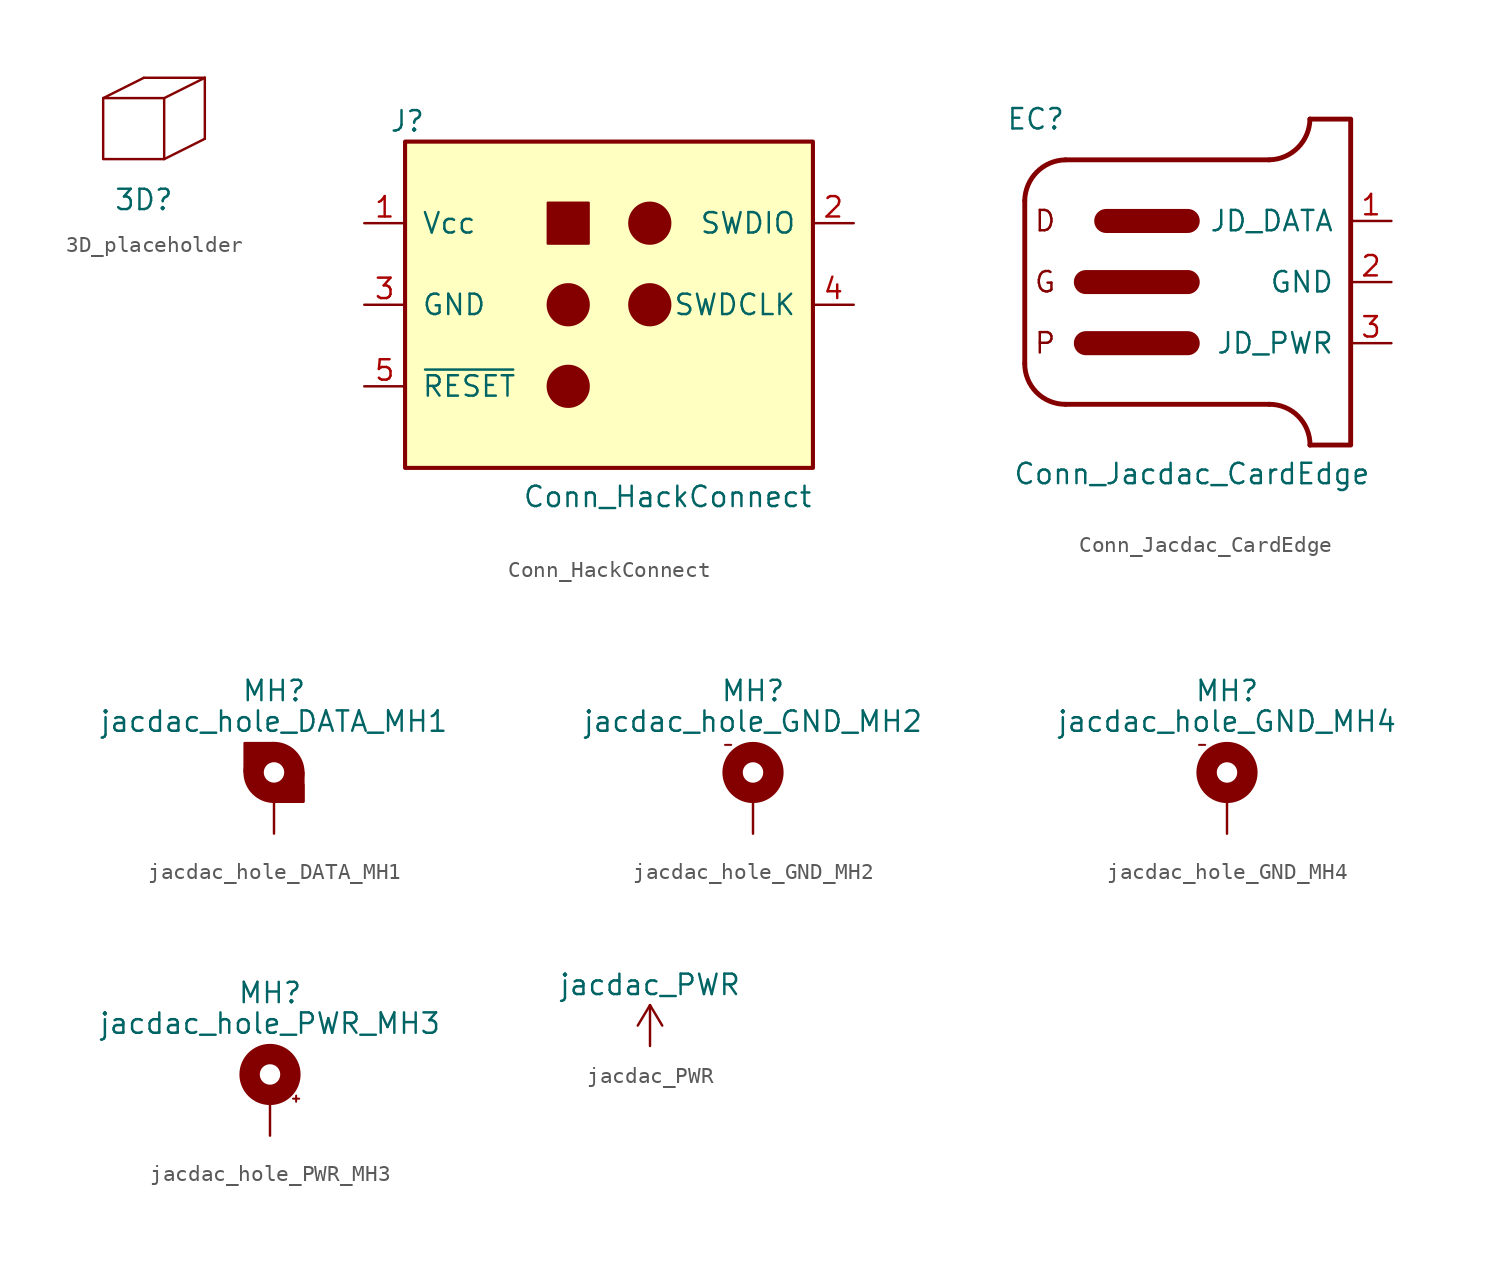
<source format=kicad_sym>
(kicad_symbol_lib
  (version 20231120)
  (generator "kicad_symbol_editor")
  (generator_version "8.0")
  (symbol "3D_placeholder"
    (pin_numbers hide)
    (pin_names
      (offset 0) hide)
    (property "Reference" "3D"
      (at 0 0 0)
      (effects (font (size 1.27 1.27))))
    (property "Value" ""
      (at 0 0 0)
      (effects (font (size 1.27 1.27))))
    (symbol "3D_placeholder_0_1"
      (polyline (pts (xy -2.54 6.35) (xy 0 7.62)) (stroke (width 0) (type default)) (fill (type none)))
      (polyline (pts (xy 0 7.62) (xy 3.81 7.62)) (stroke (width 0) (type default)) (fill (type none)))
      (polyline (pts (xy 1.27 2.54) (xy 3.81 3.81)) (stroke (width 0) (type default)) (fill (type none)))
      (polyline (pts (xy 1.27 6.35) (xy 3.81 7.62)) (stroke (width 0) (type default)) (fill (type none)))
      (polyline (pts (xy 3.81 7.62) (xy 3.81 3.81)) (stroke (width 0) (type default)) (fill (type none)))
      (polyline (pts (xy -2.54 2.54) (xy 1.27 2.54) (xy 1.27 6.35) (xy -2.54 6.35) (xy -2.54 2.54)) (stroke (width 0) (type default)) (fill (type none)))))
  (symbol "Conn_HackConnect"
    (pin_names
      (offset 1.016))
    (property "Reference" "J"
      (at -10.16 10.16 0)
      (effects (font (size 1.27 1.27)) (justify right)))
    (property "Value" "Conn_HackConnect"
      (at 13.97 -13.97 0)
      (effects (font (size 1.27 1.27)) (justify right bottom)))
    (symbol "Conn_HackConnect_0_1"
      (rectangle (start -11.43 8.89) (end 13.97 -11.43) (stroke (width 0.254) (type solid)) (fill (type background)))
      (rectangle (start -2.54 5.08) (end 0 2.54) (stroke (width 0) (type solid)) (fill (type outline)))
      (circle (center -1.27 -1.27) (radius 1.27) (stroke (width 0) (type solid)) (fill (type outline))))
    (symbol "Conn_HackConnect_1_1"
      (circle (center -1.27 -6.35) (radius 1.27) (stroke (width 0) (type solid)) (fill (type outline)))
      (circle (center 3.81 -1.27) (radius 1.27) (stroke (width 0) (type solid)) (fill (type outline)))
      (circle (center 3.81 3.81) (radius 1.27) (stroke (width 0) (type solid)) (fill (type outline)))
      (pin power_in line (at -13.97 3.81 0) (length 2.54) (name "Vcc" (effects (font (size 1.27 1.27)))) (number "1" (effects (font (size 1.27 1.27)))))
      (pin bidirectional line (at 16.51 3.81 180) (length 2.54) (name "SWDIO" (effects (font (size 1.27 1.27)))) (number "2" (effects (font (size 1.27 1.27)))))
      (pin power_in line (at -13.97 -1.27 0) (length 2.54) (name "GND" (effects (font (size 1.27 1.27)))) (number "3" (effects (font (size 1.27 1.27)))))
      (pin output line (at 16.51 -1.27 180) (length 2.54) (name "SWDCLK" (effects (font (size 1.27 1.27)))) (number "4" (effects (font (size 1.27 1.27)))))
      (pin output line (at -13.97 -6.35 0) (length 2.54) (name "~{RESET}" (effects (font (size 1.27 1.27)))) (number "5" (effects (font (size 1.27 1.27)))))))
  (symbol "Conn_Jacdac_CardEdge"
    (pin_names
      (offset 1.016))
    (property "Reference" "EC"
      (at -8.89 10.16 0)
      (effects (font (size 1.27 1.27)) (justify right)))
    (property "Value" "Conn_Jacdac_CardEdge"
      (at 10.16 -12.7 0)
      (effects (font (size 1.27 1.27)) (justify right bottom)))
    (symbol "Conn_Jacdac_CardEdge_0_0"
      (text "D" (at -10.16 3.81 0) (effects (font (size 1.27 1.27))))
      (text "G" (at -10.16 0 0) (effects (font (size 1.27 1.27))))
      (text "P" (at -10.16 -3.81 0) (effects (font (size 1.27 1.27)))))
    (symbol "Conn_Jacdac_CardEdge_0_1"
      (arc (start -11.43 -5.08) (mid -10.6877 -6.8849) (end -8.89 -7.62) (stroke (width 0.3048) (type solid)) (fill (type none)))
      (arc (start -8.89 7.62) (mid -10.6697 6.8671) (end -11.43 5.08) (stroke (width 0.3048) (type solid)) (fill (type none)))
      (rectangle (start -7.62 -3.81) (end -1.27 -3.81) (stroke (width 1.499) (type solid)) (fill (type none)))
      (rectangle (start -7.62 0) (end -1.27 0) (stroke (width 1.499) (type solid)) (fill (type none)))
      (rectangle (start -6.35 3.81) (end -1.27 3.81) (stroke (width 1.499) (type solid)) (fill (type none)))
      (polyline (pts (xy -11.43 5.08) (xy -11.43 -5.08)) (stroke (width 0.305) (type solid)) (fill (type none)))
      (polyline (pts (xy -8.89 -7.62) (xy 3.81 -7.62)) (stroke (width 0.305) (type solid)) (fill (type none)))
      (polyline (pts (xy -8.89 7.62) (xy 3.81 7.62)) (stroke (width 0.305) (type solid)) (fill (type none)))
      (polyline (pts (xy 6.35 10.16) (xy 8.89 10.16) (xy 8.89 -10.16) (xy 6.35 -10.16)) (stroke (width 0.305) (type solid)) (fill (type none)))
      (arc (start 3.81 7.62) (mid 5.5897 8.3729) (end 6.35 10.16) (stroke (width 0.3048) (type solid)) (fill (type none)))
      (arc (start 6.35 -10.16) (mid 5.6077 -8.3551) (end 3.81 -7.62) (stroke (width 0.3048) (type solid)) (fill (type none))))
    (symbol "Conn_Jacdac_CardEdge_1_1"
      (pin bidirectional line (at 11.43 3.81 180) (length 2.54) (name "JD_DATA" (effects (font (size 1.27 1.27)))) (number "1" (effects (font (size 1.27 1.27)))))
      (pin power_in line (at 11.43 0 180) (length 2.54) (name "GND" (effects (font (size 1.27 1.27)))) (number "2" (effects (font (size 1.27 1.27)))))
      (pin power_out line (at 11.43 -3.81 180) (length 2.54) (name "JD_PWR" (effects (font (size 1.27 1.27)))) (number "3" (effects (font (size 1.27 1.27)))))))
  (symbol "jacdac_hole_DATA_MH1"
    (pin_numbers hide)
    (pin_names
      (offset 1.016) hide)
    (property "Reference" "MH"
      (at 0 6.35 0)
      (effects (font (size 1.27 1.27))))
    (property "Value" "jacdac_hole_DATA_MH1"
      (at 0 4.445 0)
      (effects (font (size 1.27 1.27))))
    (symbol "jacdac_hole_DATA_MH1_0_1"
      (rectangle (start -1.778 3.073) (end -0.61 2.057) (stroke (width 0) (type default)) (fill (type outline)))
      (polyline (pts (xy -1.829 1.295) (xy -1.829 3.099) (xy -0.025 3.099) (xy -1.753 1.27)) (stroke (width 0) (type default)) (fill (type none)))
      (polyline (pts (xy -0.025 -0.559) (xy 1.829 -0.559) (xy 1.829 1.27) (xy 0 -0.533)) (stroke (width 0) (type default)) (fill (type none)))
      (circle (center 0 1.27) (radius 1.27) (stroke (width 1.27) (type default)) (fill (type none)))
      (rectangle (start 0.457 0.508) (end 1.829 -0.533) (stroke (width 0) (type default)) (fill (type outline))))
    (symbol "jacdac_hole_DATA_MH1_1_1"
      (pin input line (at 0 -2.54 90) (length 2.54) (name "MH1" (effects (font (size 1.27 1.27)))) (number "MH1" (effects (font (size 1.27 1.27)))))))
  (symbol "jacdac_hole_GND_MH2"
    (pin_numbers hide)
    (pin_names
      (offset 1.016) hide)
    (property "Reference" "MH"
      (at 0 6.35 0)
      (effects (font (size 1.27 1.27))))
    (property "Value" "jacdac_hole_GND_MH2"
      (at 0 4.445 0)
      (effects (font (size 1.27 1.27))))
    (symbol "jacdac_hole_GND_MH2_0_0"
      (text "-" (at -1.549 3.023 0) (effects (font (size 0.5 0.5)))))
    (symbol "jacdac_hole_GND_MH2_0_1"
      (circle (center 0 1.27) (radius 1.27) (stroke (width 1.27) (type default)) (fill (type none))))
    (symbol "jacdac_hole_GND_MH2_1_1"
      (pin input line (at 0 -2.54 90) (length 2.54) (name "MH2" (effects (font (size 1.27 1.27)))) (number "MH2" (effects (font (size 1.27 1.27)))))))
  (symbol "jacdac_hole_GND_MH4"
    (pin_numbers hide)
    (pin_names
      (offset 1.016) hide)
    (property "Reference" "MH"
      (at 0 6.35 0)
      (effects (font (size 1.27 1.27))))
    (property "Value" "jacdac_hole_GND_MH4"
      (at 0 4.445 0)
      (effects (font (size 1.27 1.27))))
    (symbol "jacdac_hole_GND_MH4_0_0"
      (text "-" (at -1.549 3.023 0) (effects (font (size 0.5 0.5)))))
    (symbol "jacdac_hole_GND_MH4_0_1"
      (circle (center 0 1.27) (radius 1.27) (stroke (width 1.27) (type default)) (fill (type none))))
    (symbol "jacdac_hole_GND_MH4_1_1"
      (pin input line (at 0 -2.54 90) (length 2.54) (name "MH4" (effects (font (size 1.27 1.27)))) (number "MH4" (effects (font (size 1.27 1.27)))))))
  (symbol "jacdac_hole_PWR_MH3"
    (pin_numbers hide)
    (pin_names
      (offset 1.016) hide)
    (property "Reference" "MH"
      (at 0 6.35 0)
      (effects (font (size 1.27 1.27))))
    (property "Value" "jacdac_hole_PWR_MH3"
      (at 0 4.445 0)
      (effects (font (size 1.27 1.27))))
    (symbol "jacdac_hole_PWR_MH3_0_0"
      (text "+" (at 1.626 -0.203 0) (effects (font (size 0.5 0.5)))))
    (symbol "jacdac_hole_PWR_MH3_0_1"
      (circle (center 0 1.27) (radius 1.27) (stroke (width 1.27) (type default)) (fill (type none))))
    (symbol "jacdac_hole_PWR_MH3_1_1"
      (pin input line (at 0 -2.54 90) (length 2.54) (name "MH3" (effects (font (size 1.27 1.27)))) (number "MH3" (effects (font (size 1.27 1.27)))))))
  (symbol "jacdac_PWR"
    (power)
    (pin_names
      (offset 0))
    (property "Reference" "#PWR"
      (at 0 -3.81 0)
      (effects (font (size 1.27 1.27)) (hide yes)))
    (property "Value" "jacdac_PWR"
      (at 0 3.81 0)
      (effects (font (size 1.27 1.27))))
    (symbol "jacdac_PWR_0_1"
      (polyline (pts (xy -0.762 1.27) (xy 0 2.54)) (stroke (width 0) (type solid)) (fill (type none)))
      (polyline (pts (xy 0 0) (xy 0 2.54)) (stroke (width 0) (type solid)) (fill (type none)))
      (polyline (pts (xy 0 2.54) (xy 0.762 1.27)) (stroke (width 0) (type solid)) (fill (type none))))
    (symbol "jacdac_PWR_1_1"
      (pin power_in line (at 0 0 90) (length 0) hide (name "JD_PWR" (effects (font (size 1.27 1.27)))) (number "1" (effects (font (size 1.27 1.27))))))))
</source>
